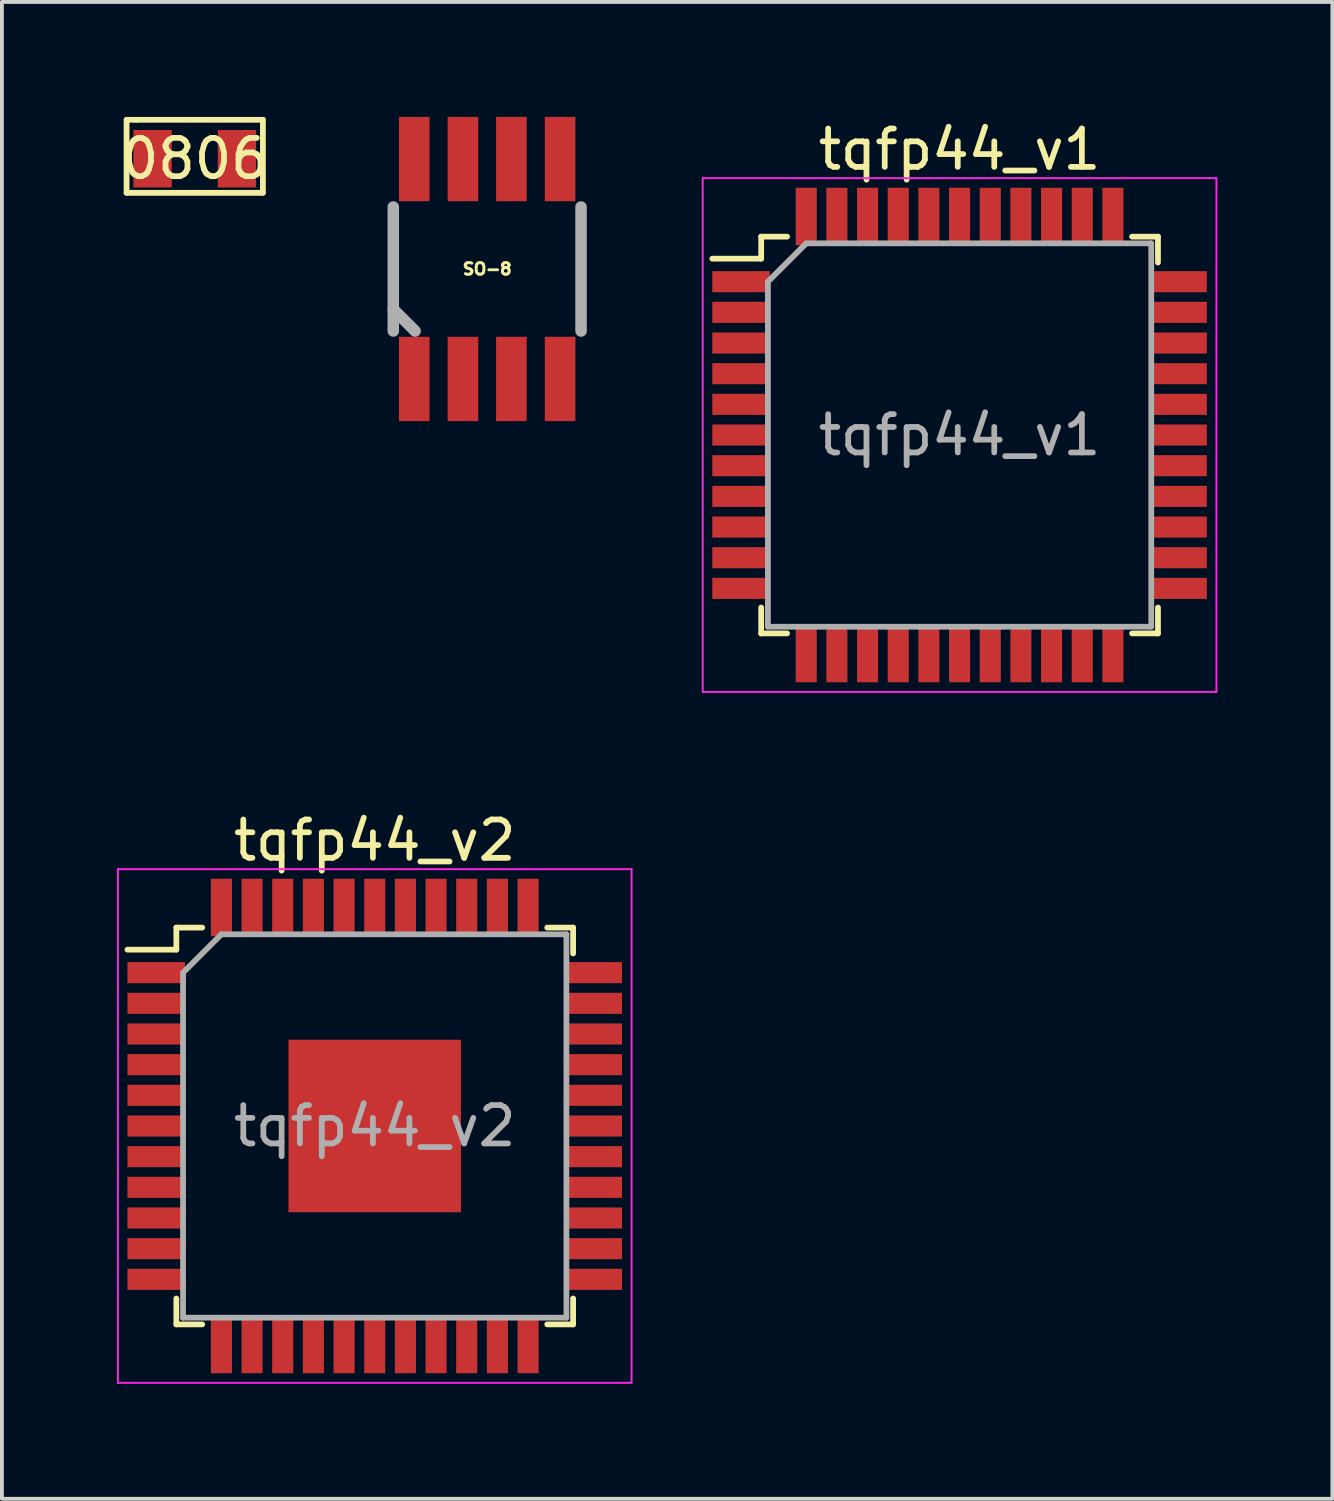
<source format=kicad_pcb>
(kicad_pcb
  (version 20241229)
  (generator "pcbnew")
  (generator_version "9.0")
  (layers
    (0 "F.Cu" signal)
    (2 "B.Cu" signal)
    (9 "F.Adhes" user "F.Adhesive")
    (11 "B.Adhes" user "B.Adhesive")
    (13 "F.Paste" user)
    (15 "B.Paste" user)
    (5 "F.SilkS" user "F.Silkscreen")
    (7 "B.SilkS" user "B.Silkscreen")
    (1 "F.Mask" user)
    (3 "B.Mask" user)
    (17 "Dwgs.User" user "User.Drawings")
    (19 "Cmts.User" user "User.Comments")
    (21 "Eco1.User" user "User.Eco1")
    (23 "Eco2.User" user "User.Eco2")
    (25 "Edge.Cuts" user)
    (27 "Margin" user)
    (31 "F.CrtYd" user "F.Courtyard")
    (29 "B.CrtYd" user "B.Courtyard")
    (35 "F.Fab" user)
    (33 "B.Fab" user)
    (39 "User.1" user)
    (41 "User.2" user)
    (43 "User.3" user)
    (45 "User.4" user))
  (footprint "0806"
    (layer "F.Cu")
    (at 2.03 1.091)
    (property "Reference" "0806" (at 0 0 0) (layer "F.SilkS") (effects (font (size 1 1) (thickness 0.15))))
    (attr through_hole)
    (fp_line (start -1.778 -1.016) (end -1.524 -1.016) (stroke (width 0.15) (type solid)) (layer "F.SilkS"))
    (fp_line (start -1.778 0.889) (end -1.778 -1.016) (stroke (width 0.15) (type solid)) (layer "F.SilkS"))
    (fp_line (start -1.524 -1.016) (end 1.778 -1.016) (stroke (width 0.15) (type solid)) (layer "F.SilkS"))
    (fp_line (start 1.778 -1.016) (end 1.778 0.889) (stroke (width 0.15) (type solid)) (layer "F.SilkS"))
    (fp_line (start 1.778 0.889) (end -1.778 0.889) (stroke (width 0.15) (type solid)) (layer "F.SilkS"))
    (pad "1" smd rect (at -1.1 0) (size 1 1.5) (layers "F.Cu" "F.Mask" "F.Paste"))
    (pad "2" smd rect (at 1.1 0) (size 1 1.5) (layers "F.Cu" "F.Mask" "F.Paste")))
  (footprint "tqfp44_v2"
    (layer "F.Cu")
    (at 6.725 26.322)
    (property "Reference" "tqfp44_v2" (at 0 -7.45 0) (layer "F.SilkS") (effects (font (size 1 1) (thickness 0.15))))
    (attr smd)
    (fp_line (start -5.175 -5.175) (end -5.175 -4.6) (stroke (width 0.15) (type solid)) (layer "F.SilkS"))
    (fp_line (start -5.175 -5.175) (end -4.5 -5.175) (stroke (width 0.15) (type solid)) (layer "F.SilkS"))
    (fp_line (start -5.175 -4.6) (end -6.45 -4.6) (stroke (width 0.15) (type solid)) (layer "F.SilkS"))
    (fp_line (start -5.175 5.175) (end -5.175 4.5) (stroke (width 0.15) (type solid)) (layer "F.SilkS"))
    (fp_line (start -5.175 5.175) (end -4.5 5.175) (stroke (width 0.15) (type solid)) (layer "F.SilkS"))
    (fp_line (start 5.175 -5.175) (end 4.5 -5.175) (stroke (width 0.15) (type solid)) (layer "F.SilkS"))
    (fp_line (start 5.175 -5.175) (end 5.175 -4.5) (stroke (width 0.15) (type solid)) (layer "F.SilkS"))
    (fp_line (start 5.175 5.175) (end 4.5 5.175) (stroke (width 0.15) (type solid)) (layer "F.SilkS"))
    (fp_line (start 5.175 5.175) (end 5.175 4.5) (stroke (width 0.15) (type solid)) (layer "F.SilkS"))
    (fp_line (start -6.7 -6.7) (end -6.7 6.7) (stroke (width 0.05) (type solid)) (layer "F.CrtYd"))
    (fp_line (start -6.7 -6.7) (end 6.7 -6.7) (stroke (width 0.05) (type solid)) (layer "F.CrtYd"))
    (fp_line (start -6.7 6.7) (end 6.7 6.7) (stroke (width 0.05) (type solid)) (layer "F.CrtYd"))
    (fp_line (start 6.7 -6.7) (end 6.7 6.7) (stroke (width 0.05) (type solid)) (layer "F.CrtYd"))
    (fp_line (start -5 -4) (end -4 -5) (stroke (width 0.15) (type solid)) (layer "F.Fab"))
    (fp_line (start -5 5) (end -5 -4) (stroke (width 0.15) (type solid)) (layer "F.Fab"))
    (fp_line (start -4 -5) (end 5 -5) (stroke (width 0.15) (type solid)) (layer "F.Fab"))
    (fp_line (start 5 -5) (end 5 5) (stroke (width 0.15) (type solid)) (layer "F.Fab"))
    (fp_line (start 5 5) (end -5 5) (stroke (width 0.15) (type solid)) (layer "F.Fab"))
    (fp_text user "${REFERENCE}" (at 0 0 0) (layer "F.Fab") (effects (font (size 1 1) (thickness 0.15))))
    (pad "" smd rect (at -1.5 -1.5) (size 1.16 1.16) (layers "F.Paste"))
    (pad "" smd rect (at -1.5 0) (size 1.16 1.16) (layers "F.Paste"))
    (pad "" smd rect (at -1.5 1.5) (size 1.16 1.16) (layers "F.Paste"))
    (pad "" smd rect (at 0 -1.5) (size 1.16 1.16) (layers "F.Paste"))
    (pad "" smd rect (at 0 0) (size 1.16 1.16) (layers "F.Paste"))
    (pad "" smd rect (at 0 1.5) (size 1.16 1.16) (layers "F.Paste"))
    (pad "" smd rect (at 1.5 -1.5) (size 1.16 1.16) (layers "F.Paste"))
    (pad "" smd rect (at 1.5 0) (size 1.16 1.16) (layers "F.Paste"))
    (pad "" smd rect (at 1.5 1.5) (size 1.16 1.16) (layers "F.Paste"))
    (pad "1" smd rect (at -5.7 -4) (size 1.5 0.55) (layers "F.Cu" "F.Mask" "F.Paste"))
    (pad "2" smd rect (at -5.7 -3.2) (size 1.5 0.55) (layers "F.Cu" "F.Mask" "F.Paste"))
    (pad "3" smd rect (at -5.7 -2.4) (size 1.5 0.55) (layers "F.Cu" "F.Mask" "F.Paste"))
    (pad "4" smd rect (at -5.7 -1.6) (size 1.5 0.55) (layers "F.Cu" "F.Mask" "F.Paste"))
    (pad "5" smd rect (at -5.7 -0.8) (size 1.5 0.55) (layers "F.Cu" "F.Mask" "F.Paste"))
    (pad "6" smd rect (at -5.7 0) (size 1.5 0.55) (layers "F.Cu" "F.Mask" "F.Paste"))
    (pad "7" smd rect (at -5.7 0.8) (size 1.5 0.55) (layers "F.Cu" "F.Mask" "F.Paste"))
    (pad "8" smd rect (at -5.7 1.6) (size 1.5 0.55) (layers "F.Cu" "F.Mask" "F.Paste"))
    (pad "9" smd rect (at -5.7 2.4) (size 1.5 0.55) (layers "F.Cu" "F.Mask" "F.Paste"))
    (pad "10" smd rect (at -5.7 3.2) (size 1.5 0.55) (layers "F.Cu" "F.Mask" "F.Paste"))
    (pad "11" smd rect (at -5.7 4) (size 1.5 0.55) (layers "F.Cu" "F.Mask" "F.Paste"))
    (pad "12" smd rect (at -4 5.7 90) (size 1.5 0.55) (layers "F.Cu" "F.Mask" "F.Paste"))
    (pad "13" smd rect (at -3.2 5.7 90) (size 1.5 0.55) (layers "F.Cu" "F.Mask" "F.Paste"))
    (pad "14" smd rect (at -2.4 5.7 90) (size 1.5 0.55) (layers "F.Cu" "F.Mask" "F.Paste"))
    (pad "15" smd rect (at -1.6 5.7 90) (size 1.5 0.55) (layers "F.Cu" "F.Mask" "F.Paste"))
    (pad "16" smd rect (at -0.8 5.7 90) (size 1.5 0.55) (layers "F.Cu" "F.Mask" "F.Paste"))
    (pad "17" smd rect (at 0 5.7 90) (size 1.5 0.55) (layers "F.Cu" "F.Mask" "F.Paste"))
    (pad "18" smd rect (at 0.8 5.7 90) (size 1.5 0.55) (layers "F.Cu" "F.Mask" "F.Paste"))
    (pad "19" smd rect (at 1.6 5.7 90) (size 1.5 0.55) (layers "F.Cu" "F.Mask" "F.Paste"))
    (pad "20" smd rect (at 2.4 5.7 90) (size 1.5 0.55) (layers "F.Cu" "F.Mask" "F.Paste"))
    (pad "21" smd rect (at 3.2 5.7 90) (size 1.5 0.55) (layers "F.Cu" "F.Mask" "F.Paste"))
    (pad "22" smd rect (at 4 5.7 90) (size 1.5 0.55) (layers "F.Cu" "F.Mask" "F.Paste"))
    (pad "23" smd rect (at 5.7 4) (size 1.5 0.55) (layers "F.Cu" "F.Mask" "F.Paste"))
    (pad "24" smd rect (at 5.7 3.2) (size 1.5 0.55) (layers "F.Cu" "F.Mask" "F.Paste"))
    (pad "25" smd rect (at 5.7 2.4) (size 1.5 0.55) (layers "F.Cu" "F.Mask" "F.Paste"))
    (pad "26" smd rect (at 5.7 1.6) (size 1.5 0.55) (layers "F.Cu" "F.Mask" "F.Paste"))
    (pad "27" smd rect (at 5.7 0.8) (size 1.5 0.55) (layers "F.Cu" "F.Mask" "F.Paste"))
    (pad "28" smd rect (at 5.7 0) (size 1.5 0.55) (layers "F.Cu" "F.Mask" "F.Paste"))
    (pad "29" smd rect (at 5.7 -0.8) (size 1.5 0.55) (layers "F.Cu" "F.Mask" "F.Paste"))
    (pad "30" smd rect (at 5.7 -1.6) (size 1.5 0.55) (layers "F.Cu" "F.Mask" "F.Paste"))
    (pad "31" smd rect (at 5.7 -2.4) (size 1.5 0.55) (layers "F.Cu" "F.Mask" "F.Paste"))
    (pad "32" smd rect (at 5.7 -3.2) (size 1.5 0.55) (layers "F.Cu" "F.Mask" "F.Paste"))
    (pad "33" smd rect (at 5.7 -4) (size 1.5 0.55) (layers "F.Cu" "F.Mask" "F.Paste"))
    (pad "34" smd rect (at 4 -5.7 90) (size 1.5 0.55) (layers "F.Cu" "F.Mask" "F.Paste"))
    (pad "35" smd rect (at 3.2 -5.7 90) (size 1.5 0.55) (layers "F.Cu" "F.Mask" "F.Paste"))
    (pad "36" smd rect (at 2.4 -5.7 90) (size 1.5 0.55) (layers "F.Cu" "F.Mask" "F.Paste"))
    (pad "37" smd rect (at 1.6 -5.7 90) (size 1.5 0.55) (layers "F.Cu" "F.Mask" "F.Paste"))
    (pad "38" smd rect (at 0.8 -5.7 90) (size 1.5 0.55) (layers "F.Cu" "F.Mask" "F.Paste"))
    (pad "39" smd rect (at 0 -5.7 90) (size 1.5 0.55) (layers "F.Cu" "F.Mask" "F.Paste"))
    (pad "40" smd rect (at -0.8 -5.7 90) (size 1.5 0.55) (layers "F.Cu" "F.Mask" "F.Paste"))
    (pad "41" smd rect (at -1.6 -5.7 90) (size 1.5 0.55) (layers "F.Cu" "F.Mask" "F.Paste"))
    (pad "42" smd rect (at -2.4 -5.7 90) (size 1.5 0.55) (layers "F.Cu" "F.Mask" "F.Paste"))
    (pad "43" smd rect (at -3.2 -5.7 90) (size 1.5 0.55) (layers "F.Cu" "F.Mask" "F.Paste"))
    (pad "44" smd rect (at -4 -5.7 90) (size 1.5 0.55) (layers "F.Cu" "F.Mask" "F.Paste"))
    (pad "45" smd rect (at 0 0) (size 4.5 4.5) (layers "F.Cu" "F.Mask")))
  (footprint "SO-8"
    (layer "F.Cu")
    (at 9.658 3.967)
    (property "Reference" "SO-8" (at 0 0 0) (layer "F.SilkS") (effects (font (size 0.3 0.3) (thickness 0.075))))
    (attr smd)
    (fp_line (start -2.449 -1.618) (end -2.449 1.618) (stroke (width 0.3) (type solid)) (layer "F.Fab"))
    (fp_line (start -2.449 1.049) (end -1.88 1.618) (stroke (width 0.3) (type solid)) (layer "F.Fab"))
    (fp_line (start 2.449 -1.618) (end 2.449 1.618) (stroke (width 0.3) (type solid)) (layer "F.Fab"))
    (pad "1" smd rect (at -1.902 2.868 180) (size 0.798 2.2) (layers "F.Cu" "F.Mask" "F.Paste"))
    (pad "2" smd rect (at -0.632 2.868 180) (size 0.798 2.2) (layers "F.Cu" "F.Mask" "F.Paste"))
    (pad "3" smd rect (at 0.632 2.868 180) (size 0.798 2.2) (layers "F.Cu" "F.Mask" "F.Paste"))
    (pad "4" smd rect (at 1.902 2.868 180) (size 0.798 2.2) (layers "F.Cu" "F.Mask" "F.Paste"))
    (pad "5" smd rect (at 1.902 -2.868) (size 0.798 2.2) (layers "F.Cu" "F.Mask" "F.Paste"))
    (pad "6" smd rect (at 0.632 -2.868) (size 0.798 2.2) (layers "F.Cu" "F.Mask" "F.Paste"))
    (pad "7" smd rect (at -0.632 -2.868) (size 0.798 2.2) (layers "F.Cu" "F.Mask" "F.Paste"))
    (pad "8" smd rect (at -1.902 -2.868) (size 0.798 2.2) (layers "F.Cu" "F.Mask" "F.Paste")))
  (footprint "tqfp44_v1"
    (layer "F.Cu")
    (at 21.981 8.298)
    (property "Reference" "tqfp44_v1" (at 0 -7.45 0) (layer "F.SilkS") (effects (font (size 1 1) (thickness 0.15))))
    (attr smd)
    (fp_line (start -5.175 -5.175) (end -5.175 -4.6) (stroke (width 0.15) (type solid)) (layer "F.SilkS"))
    (fp_line (start -5.175 -5.175) (end -4.5 -5.175) (stroke (width 0.15) (type solid)) (layer "F.SilkS"))
    (fp_line (start -5.175 -4.6) (end -6.45 -4.6) (stroke (width 0.15) (type solid)) (layer "F.SilkS"))
    (fp_line (start -5.175 5.175) (end -5.175 4.5) (stroke (width 0.15) (type solid)) (layer "F.SilkS"))
    (fp_line (start -5.175 5.175) (end -4.5 5.175) (stroke (width 0.15) (type solid)) (layer "F.SilkS"))
    (fp_line (start 5.175 -5.175) (end 4.5 -5.175) (stroke (width 0.15) (type solid)) (layer "F.SilkS"))
    (fp_line (start 5.175 -5.175) (end 5.175 -4.5) (stroke (width 0.15) (type solid)) (layer "F.SilkS"))
    (fp_line (start 5.175 5.175) (end 4.5 5.175) (stroke (width 0.15) (type solid)) (layer "F.SilkS"))
    (fp_line (start 5.175 5.175) (end 5.175 4.5) (stroke (width 0.15) (type solid)) (layer "F.SilkS"))
    (fp_line (start -6.7 -6.7) (end -6.7 6.7) (stroke (width 0.05) (type solid)) (layer "F.CrtYd"))
    (fp_line (start -6.7 -6.7) (end 6.7 -6.7) (stroke (width 0.05) (type solid)) (layer "F.CrtYd"))
    (fp_line (start -6.7 6.7) (end 6.7 6.7) (stroke (width 0.05) (type solid)) (layer "F.CrtYd"))
    (fp_line (start 6.7 -6.7) (end 6.7 6.7) (stroke (width 0.05) (type solid)) (layer "F.CrtYd"))
    (fp_line (start -5 -4) (end -4 -5) (stroke (width 0.15) (type solid)) (layer "F.Fab"))
    (fp_line (start -5 5) (end -5 -4) (stroke (width 0.15) (type solid)) (layer "F.Fab"))
    (fp_line (start -4 -5) (end 5 -5) (stroke (width 0.15) (type solid)) (layer "F.Fab"))
    (fp_line (start 5 -5) (end 5 5) (stroke (width 0.15) (type solid)) (layer "F.Fab"))
    (fp_line (start 5 5) (end -5 5) (stroke (width 0.15) (type solid)) (layer "F.Fab"))
    (fp_text user "${REFERENCE}" (at 0 0 0) (layer "F.Fab") (effects (font (size 1 1) (thickness 0.15))))
    (pad "1" smd rect (at -5.7 -4) (size 1.5 0.55) (layers "F.Cu" "F.Mask" "F.Paste"))
    (pad "2" smd rect (at -5.7 -3.2) (size 1.5 0.55) (layers "F.Cu" "F.Mask" "F.Paste"))
    (pad "3" smd rect (at -5.7 -2.4) (size 1.5 0.55) (layers "F.Cu" "F.Mask" "F.Paste"))
    (pad "4" smd rect (at -5.7 -1.6) (size 1.5 0.55) (layers "F.Cu" "F.Mask" "F.Paste"))
    (pad "5" smd rect (at -5.7 -0.8) (size 1.5 0.55) (layers "F.Cu" "F.Mask" "F.Paste"))
    (pad "6" smd rect (at -5.7 0) (size 1.5 0.55) (layers "F.Cu" "F.Mask" "F.Paste"))
    (pad "7" smd rect (at -5.7 0.8) (size 1.5 0.55) (layers "F.Cu" "F.Mask" "F.Paste"))
    (pad "8" smd rect (at -5.7 1.6) (size 1.5 0.55) (layers "F.Cu" "F.Mask" "F.Paste"))
    (pad "9" smd rect (at -5.7 2.4) (size 1.5 0.55) (layers "F.Cu" "F.Mask" "F.Paste"))
    (pad "10" smd rect (at -5.7 3.2) (size 1.5 0.55) (layers "F.Cu" "F.Mask" "F.Paste"))
    (pad "11" smd rect (at -5.7 4) (size 1.5 0.55) (layers "F.Cu" "F.Mask" "F.Paste"))
    (pad "12" smd rect (at -4 5.7 90) (size 1.5 0.55) (layers "F.Cu" "F.Mask" "F.Paste"))
    (pad "13" smd rect (at -3.2 5.7 90) (size 1.5 0.55) (layers "F.Cu" "F.Mask" "F.Paste"))
    (pad "14" smd rect (at -2.4 5.7 90) (size 1.5 0.55) (layers "F.Cu" "F.Mask" "F.Paste"))
    (pad "15" smd rect (at -1.6 5.7 90) (size 1.5 0.55) (layers "F.Cu" "F.Mask" "F.Paste"))
    (pad "16" smd rect (at -0.8 5.7 90) (size 1.5 0.55) (layers "F.Cu" "F.Mask" "F.Paste"))
    (pad "17" smd rect (at 0 5.7 90) (size 1.5 0.55) (layers "F.Cu" "F.Mask" "F.Paste"))
    (pad "18" smd rect (at 0.8 5.7 90) (size 1.5 0.55) (layers "F.Cu" "F.Mask" "F.Paste"))
    (pad "19" smd rect (at 1.6 5.7 90) (size 1.5 0.55) (layers "F.Cu" "F.Mask" "F.Paste"))
    (pad "20" smd rect (at 2.4 5.7 90) (size 1.5 0.55) (layers "F.Cu" "F.Mask" "F.Paste"))
    (pad "21" smd rect (at 3.2 5.7 90) (size 1.5 0.55) (layers "F.Cu" "F.Mask" "F.Paste"))
    (pad "22" smd rect (at 4 5.7 90) (size 1.5 0.55) (layers "F.Cu" "F.Mask" "F.Paste"))
    (pad "23" smd rect (at 5.7 4) (size 1.5 0.55) (layers "F.Cu" "F.Mask" "F.Paste"))
    (pad "24" smd rect (at 5.7 3.2) (size 1.5 0.55) (layers "F.Cu" "F.Mask" "F.Paste"))
    (pad "25" smd rect (at 5.7 2.4) (size 1.5 0.55) (layers "F.Cu" "F.Mask" "F.Paste"))
    (pad "26" smd rect (at 5.7 1.6) (size 1.5 0.55) (layers "F.Cu" "F.Mask" "F.Paste"))
    (pad "27" smd rect (at 5.7 0.8) (size 1.5 0.55) (layers "F.Cu" "F.Mask" "F.Paste"))
    (pad "28" smd rect (at 5.7 0) (size 1.5 0.55) (layers "F.Cu" "F.Mask" "F.Paste"))
    (pad "29" smd rect (at 5.7 -0.8) (size 1.5 0.55) (layers "F.Cu" "F.Mask" "F.Paste"))
    (pad "30" smd rect (at 5.7 -1.6) (size 1.5 0.55) (layers "F.Cu" "F.Mask" "F.Paste"))
    (pad "31" smd rect (at 5.7 -2.4) (size 1.5 0.55) (layers "F.Cu" "F.Mask" "F.Paste"))
    (pad "32" smd rect (at 5.7 -3.2) (size 1.5 0.55) (layers "F.Cu" "F.Mask" "F.Paste"))
    (pad "33" smd rect (at 5.7 -4) (size 1.5 0.55) (layers "F.Cu" "F.Mask" "F.Paste"))
    (pad "34" smd rect (at 4 -5.7 90) (size 1.5 0.55) (layers "F.Cu" "F.Mask" "F.Paste"))
    (pad "35" smd rect (at 3.2 -5.7 90) (size 1.5 0.55) (layers "F.Cu" "F.Mask" "F.Paste"))
    (pad "36" smd rect (at 2.4 -5.7 90) (size 1.5 0.55) (layers "F.Cu" "F.Mask" "F.Paste"))
    (pad "37" smd rect (at 1.6 -5.7 90) (size 1.5 0.55) (layers "F.Cu" "F.Mask" "F.Paste"))
    (pad "38" smd rect (at 0.8 -5.7 90) (size 1.5 0.55) (layers "F.Cu" "F.Mask" "F.Paste"))
    (pad "39" smd rect (at 0 -5.7 90) (size 1.5 0.55) (layers "F.Cu" "F.Mask" "F.Paste"))
    (pad "40" smd rect (at -0.8 -5.7 90) (size 1.5 0.55) (layers "F.Cu" "F.Mask" "F.Paste"))
    (pad "41" smd rect (at -1.6 -5.7 90) (size 1.5 0.55) (layers "F.Cu" "F.Mask" "F.Paste"))
    (pad "42" smd rect (at -2.4 -5.7 90) (size 1.5 0.55) (layers "F.Cu" "F.Mask" "F.Paste"))
    (pad "43" smd rect (at -3.2 -5.7 90) (size 1.5 0.55) (layers "F.Cu" "F.Mask" "F.Paste"))
    (pad "44" smd rect (at -4 -5.7 90) (size 1.5 0.55) (layers "F.Cu" "F.Mask" "F.Paste")))
  (gr_rect
    (start -3 -3)
    (end 31.706 36.047)
    (stroke (width 0.1) (type default))
    (fill no)
    (layer "Edge.Cuts")))
</source>
